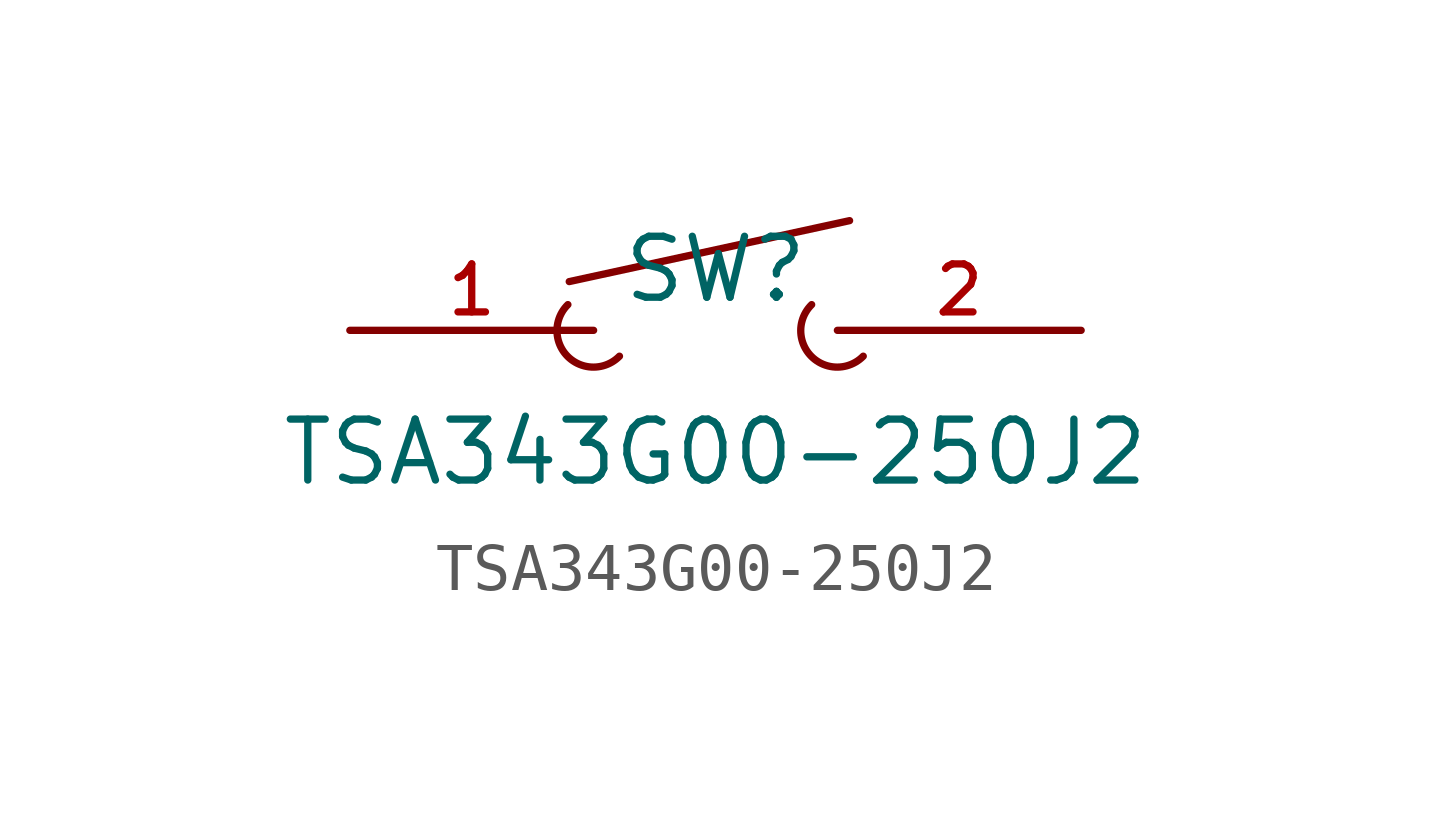
<source format=kicad_sym>
(kicad_symbol_lib
  (version 20220914)
  (generator kicad_symbol_editor)
  (symbol "TSA343G00-250J2"
    (pin_names hide)
    (property "Reference" "SW"
      (at 0 1.27 0)
      (effects (font (size 1.27 1.27))))
    (property "Value" "TSA343G00-250J2"
      (at 0 -2.54 0)
      (effects (font (size 1.27 1.27))))
    (symbol "TSA343G00-250J2_0_1"
      (arc (start -3.0788 0.5388) (mid -3.0788 -0.5388) (end -2.0012 -0.5389) (stroke (width 0) (type default)) (fill (type none)))
      (polyline (pts (xy -3.048 1.016) (xy 2.794 2.286)) (stroke (width 0) (type default)) (fill (type none)))
      (arc (start 2.0012 0.5388) (mid 2.0012 -0.5388) (end 3.0788 -0.5389) (stroke (width 0) (type default)) (fill (type none)))
      (pin input line (at -7.62 0 0) (length 5.08) (name "1" (effects (font (size 1 1)))) (number "1" (effects (font (size 1 1)))))
      (pin input line (at 7.62 0 180) (length 5.08) (name "2" (effects (font (size 1 1)))) (number "2" (effects (font (size 1 1))))))))
</source>
